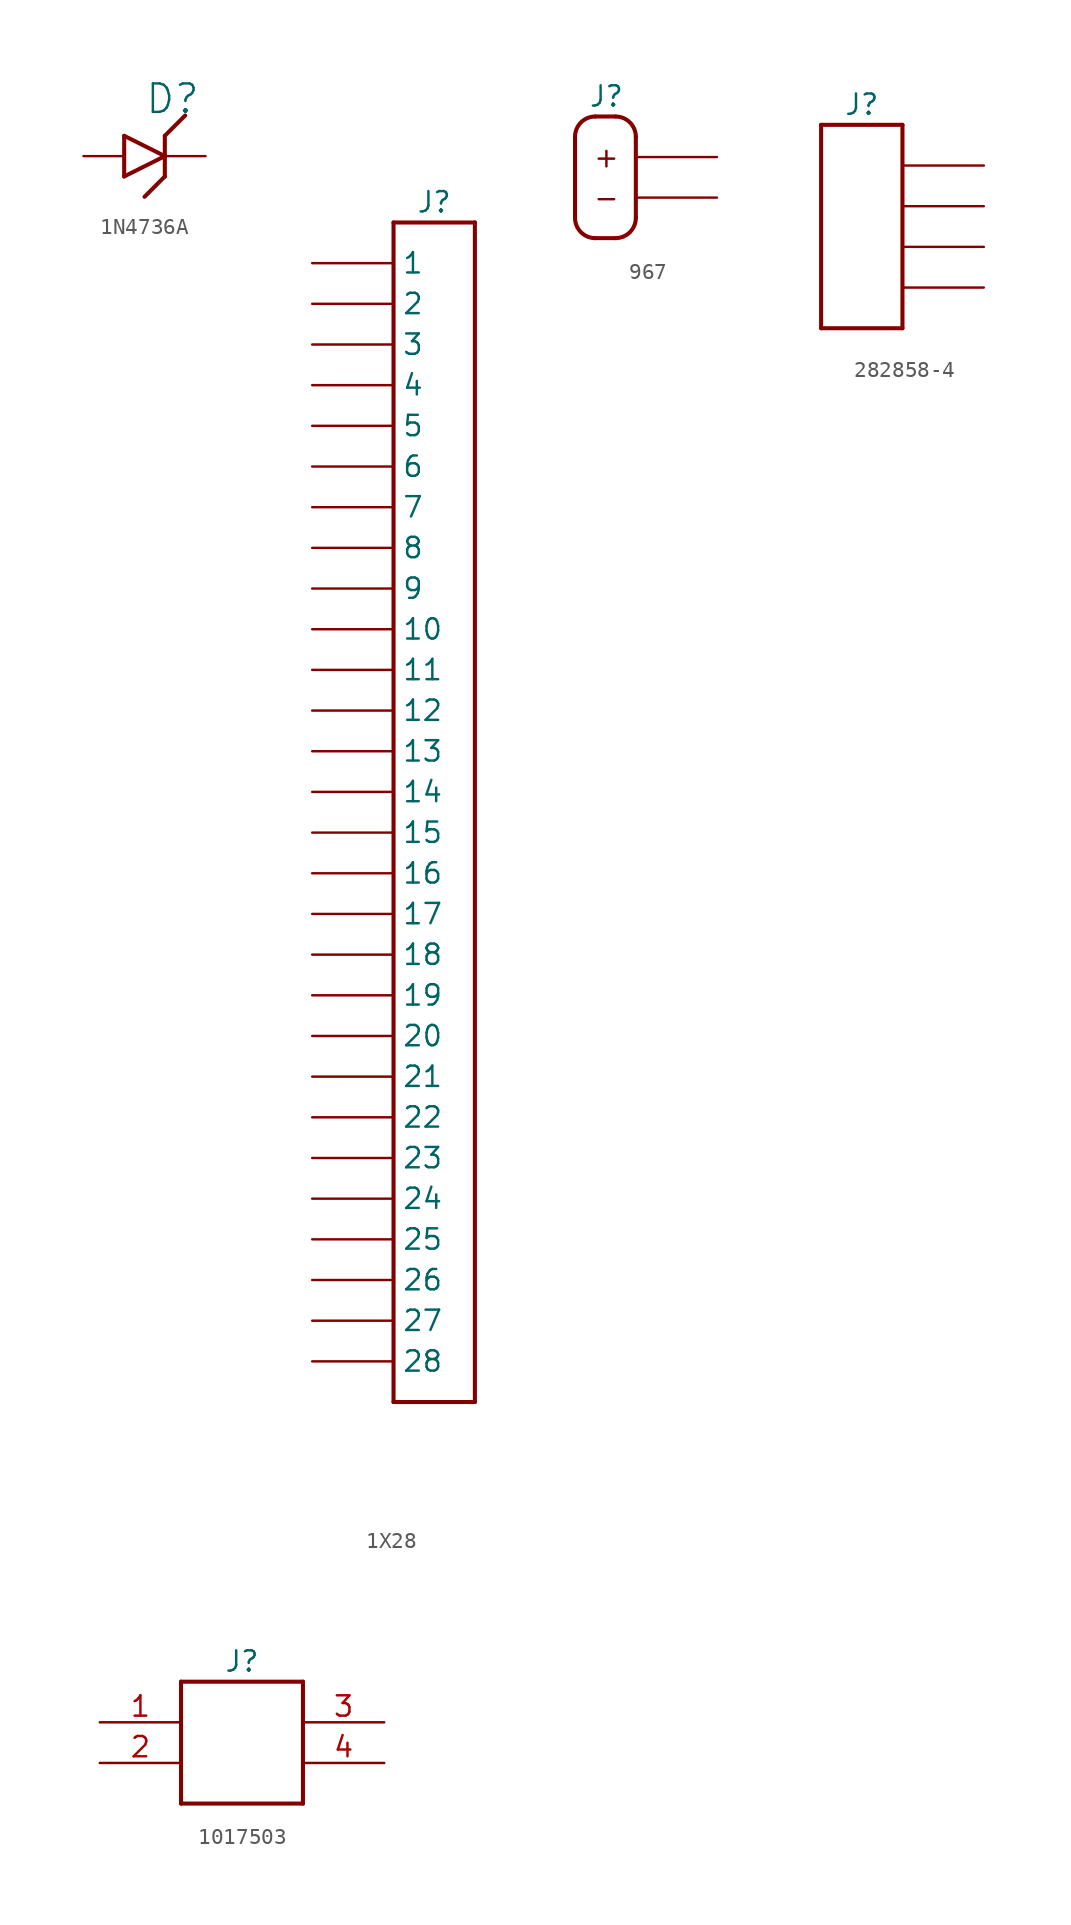
<source format=kicad_sym>
(kicad_symbol_lib
  (version 20220914)
  (generator kicad_symbol_editor)
  (symbol "1N4736A"
    (pin_numbers hide)
    (pin_names hide)
    (property "Reference" "D"
      (at -1.27 2.54 0)
      (effects (font (size 1.778 1.778)) (justify left bottom)))
    (symbol "1N4736A_0_1"
      (polyline (pts (xy -1.27 -2.54) (xy 0 -1.27)) (stroke (width 0.254) (type default)) (fill (type none)))
      (polyline (pts (xy 0 1.27) (xy 1.27 2.54)) (stroke (width 0.254) (type default)) (fill (type none))))
    (symbol "1N4736A_1_0"
      (polyline (pts (xy -2.54 1.27) (xy -2.54 -1.27)) (stroke (width 0.254) (type solid)) (fill (type none)))
      (polyline (pts (xy -2.54 1.27) (xy 0 0)) (stroke (width 0.254) (type solid)) (fill (type none)))
      (polyline (pts (xy 0 0) (xy -2.54 -1.27)) (stroke (width 0.254) (type solid)) (fill (type none)))
      (polyline (pts (xy 0 0) (xy 0 -1.27)) (stroke (width 0.254) (type solid)) (fill (type none)))
      (polyline (pts (xy 0 1.27) (xy 0 0)) (stroke (width 0.254) (type solid)) (fill (type none)))
      (pin passive line (at -5.08 0 0) (length 2.54) (name "1" (effects (font (size 0 0)))) (number "1" (effects (font (size 0 0)))))
      (pin passive line (at 2.54 0 180) (length 2.54) (name "2" (effects (font (size 0 0)))) (number "2" (effects (font (size 0 0)))))))
  (symbol "1X28"
    (pin_numbers hide)
    (property "Reference" "J"
      (at -1.27 36.83 0)
      (effects (font (size 1.27 1.27))))
    (symbol "1X28_1_0"
      (polyline (pts (xy -3.81 -38.1) (xy -3.81 35.56)) (stroke (width 0.254) (type solid)) (fill (type none)))
      (polyline (pts (xy -3.81 35.56) (xy 1.27 35.56)) (stroke (width 0.254) (type solid)) (fill (type none)))
      (polyline (pts (xy 1.27 -38.1) (xy -3.81 -38.1)) (stroke (width 0.254) (type solid)) (fill (type none)))
      (polyline (pts (xy 1.27 35.56) (xy 1.27 -38.1)) (stroke (width 0.254) (type solid)) (fill (type none)))
      (pin bidirectional line (at -8.89 33.02 0) (length 5.08) (name "1" (effects (font (size 1.27 1.27)))) (number "1" (effects (font (size 1.27 1.27)))))
      (pin bidirectional line (at -8.89 10.16 0) (length 5.08) (name "10" (effects (font (size 1.27 1.27)))) (number "10" (effects (font (size 1.27 1.27)))))
      (pin bidirectional line (at -8.89 7.62 0) (length 5.08) (name "11" (effects (font (size 1.27 1.27)))) (number "11" (effects (font (size 1.27 1.27)))))
      (pin bidirectional line (at -8.89 5.08 0) (length 5.08) (name "12" (effects (font (size 1.27 1.27)))) (number "12" (effects (font (size 1.27 1.27)))))
      (pin bidirectional line (at -8.89 2.54 0) (length 5.08) (name "13" (effects (font (size 1.27 1.27)))) (number "13" (effects (font (size 1.27 1.27)))))
      (pin bidirectional line (at -8.89 0 0) (length 5.08) (name "14" (effects (font (size 1.27 1.27)))) (number "14" (effects (font (size 1.27 1.27)))))
      (pin bidirectional line (at -8.89 -2.54 0) (length 5.08) (name "15" (effects (font (size 1.27 1.27)))) (number "15" (effects (font (size 1.27 1.27)))))
      (pin bidirectional line (at -8.89 -5.08 0) (length 5.08) (name "16" (effects (font (size 1.27 1.27)))) (number "16" (effects (font (size 1.27 1.27)))))
      (pin bidirectional line (at -8.89 -7.62 0) (length 5.08) (name "17" (effects (font (size 1.27 1.27)))) (number "17" (effects (font (size 1.27 1.27)))))
      (pin bidirectional line (at -8.89 -10.16 0) (length 5.08) (name "18" (effects (font (size 1.27 1.27)))) (number "18" (effects (font (size 1.27 1.27)))))
      (pin bidirectional line (at -8.89 -12.7 0) (length 5.08) (name "19" (effects (font (size 1.27 1.27)))) (number "19" (effects (font (size 1.27 1.27)))))
      (pin bidirectional line (at -8.89 30.48 0) (length 5.08) (name "2" (effects (font (size 1.27 1.27)))) (number "2" (effects (font (size 1.27 1.27)))))
      (pin bidirectional line (at -8.89 -15.24 0) (length 5.08) (name "20" (effects (font (size 1.27 1.27)))) (number "20" (effects (font (size 1.27 1.27)))))
      (pin bidirectional line (at -8.89 -17.78 0) (length 5.08) (name "21" (effects (font (size 1.27 1.27)))) (number "21" (effects (font (size 1.27 1.27)))))
      (pin bidirectional line (at -8.89 -20.32 0) (length 5.08) (name "22" (effects (font (size 1.27 1.27)))) (number "22" (effects (font (size 1.27 1.27)))))
      (pin bidirectional line (at -8.89 -22.86 0) (length 5.08) (name "23" (effects (font (size 1.27 1.27)))) (number "23" (effects (font (size 1.27 1.27)))))
      (pin bidirectional line (at -8.89 -25.4 0) (length 5.08) (name "24" (effects (font (size 1.27 1.27)))) (number "24" (effects (font (size 1.27 1.27)))))
      (pin bidirectional line (at -8.89 -27.94 0) (length 5.08) (name "25" (effects (font (size 1.27 1.27)))) (number "25" (effects (font (size 1.27 1.27)))))
      (pin bidirectional line (at -8.89 -30.48 0) (length 5.08) (name "26" (effects (font (size 1.27 1.27)))) (number "26" (effects (font (size 1.27 1.27)))))
      (pin bidirectional line (at -8.89 -33.02 0) (length 5.08) (name "27" (effects (font (size 1.27 1.27)))) (number "27" (effects (font (size 1.27 1.27)))))
      (pin bidirectional line (at -8.89 -35.56 0) (length 5.08) (name "28" (effects (font (size 1.27 1.27)))) (number "28" (effects (font (size 1.27 1.27)))))
      (pin bidirectional line (at -8.89 27.94 0) (length 5.08) (name "3" (effects (font (size 1.27 1.27)))) (number "3" (effects (font (size 1.27 1.27)))))
      (pin bidirectional line (at -8.89 25.4 0) (length 5.08) (name "4" (effects (font (size 1.27 1.27)))) (number "4" (effects (font (size 1.27 1.27)))))
      (pin bidirectional line (at -8.89 22.86 0) (length 5.08) (name "5" (effects (font (size 1.27 1.27)))) (number "5" (effects (font (size 1.27 1.27)))))
      (pin bidirectional line (at -8.89 20.32 0) (length 5.08) (name "6" (effects (font (size 1.27 1.27)))) (number "6" (effects (font (size 1.27 1.27)))))
      (pin bidirectional line (at -8.89 17.78 0) (length 5.08) (name "7" (effects (font (size 1.27 1.27)))) (number "7" (effects (font (size 1.27 1.27)))))
      (pin bidirectional line (at -8.89 15.24 0) (length 5.08) (name "8" (effects (font (size 1.27 1.27)))) (number "8" (effects (font (size 1.27 1.27)))))
      (pin bidirectional line (at -8.89 12.7 0) (length 5.08) (name "9" (effects (font (size 1.27 1.27)))) (number "9" (effects (font (size 1.27 1.27)))))))
  (symbol "967"
    (pin_numbers hide)
    (pin_names hide)
    (property "Reference" "J"
      (at 0 5.08 0)
      (effects (font (size 1.27 1.27))))
    (symbol "967_0_1"
      (arc (start -1.9664 -2.5365) (mid -1.5944 -3.4345) (end -0.6964 -3.8065) (stroke (width 0.254) (type default)) (fill (type none)))
      (arc (start -0.6963 3.8136) (mid -1.5943 3.4416) (end -1.9663 2.5436) (stroke (width 0.254) (type default)) (fill (type none)))
      (arc (start 0.5738 -3.8065) (mid 1.4718 -3.4345) (end 1.8438 -2.5365) (stroke (width 0.254) (type default)) (fill (type none)))
      (arc (start 1.8437 2.5436) (mid 1.4717 3.4416) (end 0.5737 3.8136) (stroke (width 0.254) (type default)) (fill (type none)))
      (text "+" (at 0 1.27 0) (effects (font (size 1.27 1.27))))
      (text "-" (at 0 -1.27 0) (effects (font (size 1.27 1.27)))))
    (symbol "967_1_0"
      (polyline (pts (xy -1.966 -2.536) (xy -1.966 2.544)) (stroke (width 0.254) (type solid)) (fill (type none)))
      (polyline (pts (xy -0.696 3.814) (xy 0.574 3.814)) (stroke (width 0.254) (type solid)) (fill (type none)))
      (polyline (pts (xy 0.574 -3.806) (xy -0.696 -3.806)) (stroke (width 0.254) (type solid)) (fill (type none)))
      (polyline (pts (xy 1.844 2.544) (xy 1.844 -2.536)) (stroke (width 0.254) (type solid)) (fill (type none)))
      (pin passive line (at 6.924 1.274 180) (length 5.08) (name "POS" (effects (font (size 1.27 1.27)))) (number "1" (effects (font (size 1.27 1.27)))))
      (pin passive line (at 6.924 -1.266 180) (length 5.08) (name "NEG" (effects (font (size 1.27 1.27)))) (number "2" (effects (font (size 1.27 1.27)))))))
  (symbol "282858-4"
    (pin_numbers hide)
    (pin_names hide)
    (property "Reference" "J"
      (at 0 6.35 0)
      (effects (font (size 1.27 1.27))))
    (symbol "282858-4_1_0"
      (polyline (pts (xy -2.54 -7.62) (xy -2.54 5.08)) (stroke (width 0.254) (type solid)) (fill (type none)))
      (polyline (pts (xy -2.54 5.08) (xy 2.54 5.08)) (stroke (width 0.254) (type solid)) (fill (type none)))
      (polyline (pts (xy 2.54 -7.62) (xy -2.54 -7.62)) (stroke (width 0.254) (type solid)) (fill (type none)))
      (polyline (pts (xy 2.54 5.08) (xy 2.54 -7.62)) (stroke (width 0.254) (type solid)) (fill (type none)))
      (pin bidirectional line (at 7.62 2.54 180) (length 5.08) (name "1" (effects (font (size 1.27 1.27)))) (number "1" (effects (font (size 1.27 1.27)))))
      (pin bidirectional line (at 7.62 0 180) (length 5.08) (name "2" (effects (font (size 1.27 1.27)))) (number "2" (effects (font (size 1.27 1.27)))))
      (pin bidirectional line (at 7.62 -2.54 180) (length 5.08) (name "3" (effects (font (size 1.27 1.27)))) (number "3" (effects (font (size 1.27 1.27)))))
      (pin bidirectional line (at 7.62 -5.08 180) (length 5.08) (name "4" (effects (font (size 1.27 1.27)))) (number "4" (effects (font (size 1.27 1.27)))))))
  (symbol "1017503"
    (pin_names hide)
    (property "Reference" "J"
      (at 0 5.08 0)
      (effects (font (size 1.27 1.27))))
    (symbol "1017503_1_0"
      (polyline (pts (xy -3.81 -3.81) (xy -3.81 3.81)) (stroke (width 0.254) (type solid)) (fill (type none)))
      (polyline (pts (xy -3.81 3.81) (xy 3.81 3.81)) (stroke (width 0.254) (type solid)) (fill (type none)))
      (polyline (pts (xy 3.81 -3.81) (xy -3.81 -3.81)) (stroke (width 0.254) (type solid)) (fill (type none)))
      (polyline (pts (xy 3.81 3.81) (xy 3.81 -3.81)) (stroke (width 0.254) (type solid)) (fill (type none)))
      (pin bidirectional line (at -8.89 1.27 0) (length 5.08) (name "1" (effects (font (size 1.27 1.27)))) (number "1" (effects (font (size 1.27 1.27)))))
      (pin bidirectional line (at -8.89 -1.27 0) (length 5.08) (name "2" (effects (font (size 1.27 1.27)))) (number "2" (effects (font (size 1.27 1.27)))))
      (pin bidirectional line (at 8.89 1.27 180) (length 5.08) (name "3" (effects (font (size 1.27 1.27)))) (number "3" (effects (font (size 1.27 1.27)))))
      (pin bidirectional line (at 8.89 -1.27 180) (length 5.08) (name "4" (effects (font (size 1.27 1.27)))) (number "4" (effects (font (size 1.27 1.27))))))))
</source>
